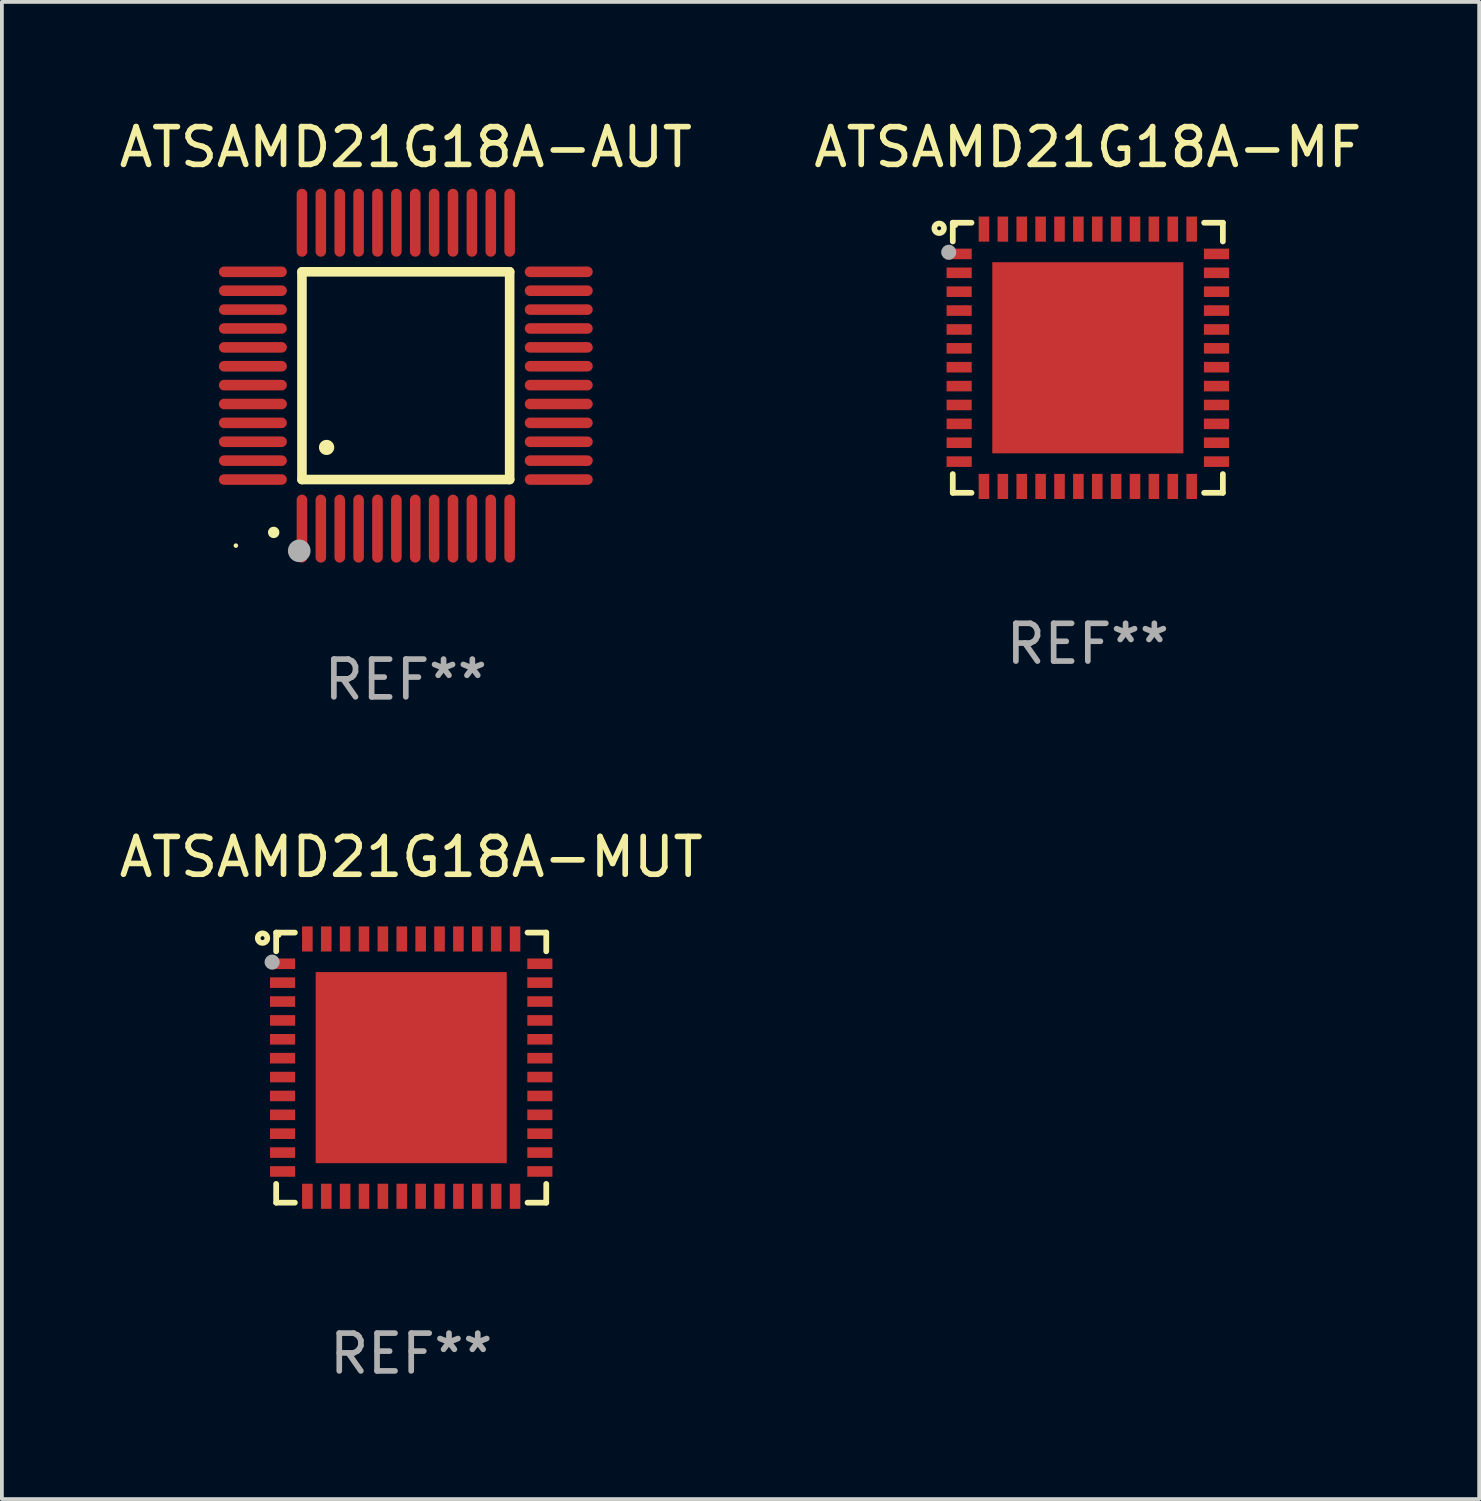
<source format=kicad_pcb>
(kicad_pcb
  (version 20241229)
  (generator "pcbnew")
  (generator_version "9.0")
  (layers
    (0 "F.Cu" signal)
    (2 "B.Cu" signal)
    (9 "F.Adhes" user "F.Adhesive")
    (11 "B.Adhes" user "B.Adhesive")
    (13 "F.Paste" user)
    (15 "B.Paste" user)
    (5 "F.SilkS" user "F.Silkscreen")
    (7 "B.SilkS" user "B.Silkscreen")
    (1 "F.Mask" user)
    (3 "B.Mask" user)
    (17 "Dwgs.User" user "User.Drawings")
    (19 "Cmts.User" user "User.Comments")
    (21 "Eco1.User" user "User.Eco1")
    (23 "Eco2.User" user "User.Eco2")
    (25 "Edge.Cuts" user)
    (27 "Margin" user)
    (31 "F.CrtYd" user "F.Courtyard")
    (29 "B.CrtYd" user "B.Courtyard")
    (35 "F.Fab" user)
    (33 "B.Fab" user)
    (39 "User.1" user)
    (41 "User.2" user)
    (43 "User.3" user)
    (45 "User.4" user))
  (footprint "ATSAMD21G18A-MF"
    (layer "F.Cu")
    (at 25.756 6.424)
    (property "Reference" "ATSAMD21G18A-MF" (at 0 -5.576 0) (layer "F.SilkS") (effects (font (size 1 1) (thickness 0.15))))
    (attr through_hole)
    (fp_line (start -3.576 -3.576) (end -3.576 -3.08) (stroke (width 0.152) (type solid)) (layer "F.SilkS"))
    (fp_line (start -3.576 3.576) (end -3.576 3.08) (stroke (width 0.152) (type solid)) (layer "F.SilkS"))
    (fp_line (start -3.08 -3.576) (end -3.576 -3.576) (stroke (width 0.152) (type solid)) (layer "F.SilkS"))
    (fp_line (start -3.08 3.576) (end -3.576 3.576) (stroke (width 0.152) (type solid)) (layer "F.SilkS"))
    (fp_line (start 3.08 -3.576) (end 3.576 -3.576) (stroke (width 0.152) (type solid)) (layer "F.SilkS"))
    (fp_line (start 3.08 3.576) (end 3.576 3.576) (stroke (width 0.152) (type solid)) (layer "F.SilkS"))
    (fp_line (start 3.576 -3.576) (end 3.576 -3.08) (stroke (width 0.152) (type solid)) (layer "F.SilkS"))
    (fp_line (start 3.576 3.576) (end 3.576 3.08) (stroke (width 0.152) (type solid)) (layer "F.SilkS"))
    (fp_circle (center -3.937 -3.429) (end -3.81 -3.429) (stroke (width 0.15) (type solid)) (fill no) (layer "F.SilkS"))
    (fp_circle (center -3.5 -3.5) (end -3.47 -3.5) (stroke (width 0.06) (type solid)) (fill no) (layer "F.SilkS"))
    (fp_circle (center -3.683 -2.794) (end -3.583 -2.794) (stroke (width 0.2) (type solid)) (fill no) (layer "F.Fab"))
    (fp_text user "REF**" (at 0 7.576 0) (layer "F.Fab") (effects (font (size 1 1) (thickness 0.15))))
    (pad "1" smd rect (at -3.407 -2.75) (size 0.665 0.28) (layers "F.Cu" "F.Mask" "F.Paste"))
    (pad "2" smd rect (at -3.407 -2.25) (size 0.665 0.28) (layers "F.Cu" "F.Mask" "F.Paste"))
    (pad "3" smd rect (at -3.407 -1.75) (size 0.665 0.28) (layers "F.Cu" "F.Mask" "F.Paste"))
    (pad "4" smd rect (at -3.407 -1.25) (size 0.665 0.28) (layers "F.Cu" "F.Mask" "F.Paste"))
    (pad "5" smd rect (at -3.407 -0.75) (size 0.665 0.28) (layers "F.Cu" "F.Mask" "F.Paste"))
    (pad "6" smd rect (at -3.407 -0.25) (size 0.665 0.28) (layers "F.Cu" "F.Mask" "F.Paste"))
    (pad "7" smd rect (at -3.407 0.25) (size 0.665 0.28) (layers "F.Cu" "F.Mask" "F.Paste"))
    (pad "8" smd rect (at -3.407 0.75) (size 0.665 0.28) (layers "F.Cu" "F.Mask" "F.Paste"))
    (pad "9" smd rect (at -3.407 1.25) (size 0.665 0.28) (layers "F.Cu" "F.Mask" "F.Paste"))
    (pad "10" smd rect (at -3.407 1.75) (size 0.665 0.28) (layers "F.Cu" "F.Mask" "F.Paste"))
    (pad "11" smd rect (at -3.407 2.25) (size 0.665 0.28) (layers "F.Cu" "F.Mask" "F.Paste"))
    (pad "12" smd rect (at -3.407 2.75) (size 0.665 0.28) (layers "F.Cu" "F.Mask" "F.Paste"))
    (pad "13" smd rect (at -2.75 3.407) (size 0.28 0.665) (layers "F.Cu" "F.Mask" "F.Paste"))
    (pad "14" smd rect (at -2.25 3.407) (size 0.28 0.665) (layers "F.Cu" "F.Mask" "F.Paste"))
    (pad "15" smd rect (at -1.75 3.407) (size 0.28 0.665) (layers "F.Cu" "F.Mask" "F.Paste"))
    (pad "16" smd rect (at -1.25 3.407) (size 0.28 0.665) (layers "F.Cu" "F.Mask" "F.Paste"))
    (pad "17" smd rect (at -0.75 3.407) (size 0.28 0.665) (layers "F.Cu" "F.Mask" "F.Paste"))
    (pad "18" smd rect (at -0.25 3.407) (size 0.28 0.665) (layers "F.Cu" "F.Mask" "F.Paste"))
    (pad "19" smd rect (at 0.25 3.407) (size 0.28 0.665) (layers "F.Cu" "F.Mask" "F.Paste"))
    (pad "20" smd rect (at 0.75 3.407) (size 0.28 0.665) (layers "F.Cu" "F.Mask" "F.Paste"))
    (pad "21" smd rect (at 1.25 3.407) (size 0.28 0.665) (layers "F.Cu" "F.Mask" "F.Paste"))
    (pad "22" smd rect (at 1.75 3.407) (size 0.28 0.665) (layers "F.Cu" "F.Mask" "F.Paste"))
    (pad "23" smd rect (at 2.25 3.407) (size 0.28 0.665) (layers "F.Cu" "F.Mask" "F.Paste"))
    (pad "24" smd rect (at 2.75 3.407) (size 0.28 0.665) (layers "F.Cu" "F.Mask" "F.Paste"))
    (pad "25" smd rect (at 3.407 2.75) (size 0.665 0.28) (layers "F.Cu" "F.Mask" "F.Paste"))
    (pad "26" smd rect (at 3.407 2.25) (size 0.665 0.28) (layers "F.Cu" "F.Mask" "F.Paste"))
    (pad "27" smd rect (at 3.407 1.75) (size 0.665 0.28) (layers "F.Cu" "F.Mask" "F.Paste"))
    (pad "28" smd rect (at 3.407 1.25) (size 0.665 0.28) (layers "F.Cu" "F.Mask" "F.Paste"))
    (pad "29" smd rect (at 3.407 0.75) (size 0.665 0.28) (layers "F.Cu" "F.Mask" "F.Paste"))
    (pad "30" smd rect (at 3.407 0.25) (size 0.665 0.28) (layers "F.Cu" "F.Mask" "F.Paste"))
    (pad "31" smd rect (at 3.407 -0.25) (size 0.665 0.28) (layers "F.Cu" "F.Mask" "F.Paste"))
    (pad "32" smd rect (at 3.407 -0.75) (size 0.665 0.28) (layers "F.Cu" "F.Mask" "F.Paste"))
    (pad "33" smd rect (at 3.407 -1.25) (size 0.665 0.28) (layers "F.Cu" "F.Mask" "F.Paste"))
    (pad "34" smd rect (at 3.407 -1.75) (size 0.665 0.28) (layers "F.Cu" "F.Mask" "F.Paste"))
    (pad "35" smd rect (at 3.407 -2.25) (size 0.665 0.28) (layers "F.Cu" "F.Mask" "F.Paste"))
    (pad "36" smd rect (at 3.407 -2.75) (size 0.665 0.28) (layers "F.Cu" "F.Mask" "F.Paste"))
    (pad "37" smd rect (at 2.75 -3.407) (size 0.28 0.665) (layers "F.Cu" "F.Mask" "F.Paste"))
    (pad "38" smd rect (at 2.25 -3.407) (size 0.28 0.665) (layers "F.Cu" "F.Mask" "F.Paste"))
    (pad "39" smd rect (at 1.75 -3.407) (size 0.28 0.665) (layers "F.Cu" "F.Mask" "F.Paste"))
    (pad "40" smd rect (at 1.25 -3.407) (size 0.28 0.665) (layers "F.Cu" "F.Mask" "F.Paste"))
    (pad "41" smd rect (at 0.75 -3.407) (size 0.28 0.665) (layers "F.Cu" "F.Mask" "F.Paste"))
    (pad "42" smd rect (at 0.25 -3.407) (size 0.28 0.665) (layers "F.Cu" "F.Mask" "F.Paste"))
    (pad "43" smd rect (at -0.25 -3.407) (size 0.28 0.665) (layers "F.Cu" "F.Mask" "F.Paste"))
    (pad "44" smd rect (at -0.75 -3.407) (size 0.28 0.665) (layers "F.Cu" "F.Mask" "F.Paste"))
    (pad "45" smd rect (at -1.25 -3.407) (size 0.28 0.665) (layers "F.Cu" "F.Mask" "F.Paste"))
    (pad "46" smd rect (at -1.75 -3.407) (size 0.28 0.665) (layers "F.Cu" "F.Mask" "F.Paste"))
    (pad "47" smd rect (at -2.25 -3.407) (size 0.28 0.665) (layers "F.Cu" "F.Mask" "F.Paste"))
    (pad "48" smd rect (at -2.75 -3.407) (size 0.28 0.665) (layers "F.Cu" "F.Mask" "F.Paste"))
    (pad "49" smd rect (at 0 0) (size 5.06 5.06) (layers "F.Cu" "F.Mask" "F.Paste")))
  (footprint "ATSAMD21G18A-AUT"
    (layer "F.Cu")
    (at 7.696 6.898)
    (property "Reference" "ATSAMD21G18A-AUT" (at 0 -6.05 0) (layer "F.SilkS") (effects (font (size 1 1) (thickness 0.15))))
    (attr through_hole)
    (fp_line (start -2.75 -2.75) (end 2.75 -2.75) (stroke (width 0.254) (type solid)) (layer "F.SilkS"))
    (fp_line (start -2.75 2.75) (end -2.75 -2.75) (stroke (width 0.254) (type solid)) (layer "F.SilkS"))
    (fp_line (start 2.75 -2.75) (end 2.75 2.75) (stroke (width 0.254) (type solid)) (layer "F.SilkS"))
    (fp_line (start 2.75 2.75) (end -2.75 2.75) (stroke (width 0.254) (type solid)) (layer "F.SilkS"))
    (fp_arc (start -3.500127 4.150368) (mid -3.498857 4.150363) (end -3.497587 4.150368) (stroke (width 0.3) (type solid)) (layer "F.SilkS"))
    (fp_arc (start -2.100584 1.899924) (mid -2.098044 1.899908) (end -2.095504 1.899924) (stroke (width 0.4) (type solid)) (layer "F.SilkS"))
    (fp_circle (center -4.5 4.5) (end -4.47 4.5) (stroke (width 0.06) (type solid)) (fill no) (layer "F.SilkS"))
    (fp_circle (center -2.822 4.638) (end -2.672 4.638) (stroke (width 0.3) (type solid)) (fill no) (layer "F.Fab"))
    (fp_text user "REF**" (at 0 8.05 0) (layer "F.Fab") (effects (font (size 1 1) (thickness 0.15))))
    (pad "1" smd oval (at -2.75 4.05) (size 0.28 1.8) (layers "F.Cu" "F.Mask" "F.Paste"))
    (pad "2" smd oval (at -2.25 4.05) (size 0.28 1.8) (layers "F.Cu" "F.Mask" "F.Paste"))
    (pad "3" smd oval (at -1.75 4.05) (size 0.28 1.8) (layers "F.Cu" "F.Mask" "F.Paste"))
    (pad "4" smd oval (at -1.25 4.05) (size 0.28 1.8) (layers "F.Cu" "F.Mask" "F.Paste"))
    (pad "5" smd oval (at -0.75 4.05) (size 0.28 1.8) (layers "F.Cu" "F.Mask" "F.Paste"))
    (pad "6" smd oval (at -0.25 4.05) (size 0.28 1.8) (layers "F.Cu" "F.Mask" "F.Paste"))
    (pad "7" smd oval (at 0.25 4.05) (size 0.28 1.8) (layers "F.Cu" "F.Mask" "F.Paste"))
    (pad "8" smd oval (at 0.75 4.05) (size 0.28 1.8) (layers "F.Cu" "F.Mask" "F.Paste"))
    (pad "9" smd oval (at 1.25 4.05) (size 0.28 1.8) (layers "F.Cu" "F.Mask" "F.Paste"))
    (pad "10" smd oval (at 1.75 4.05) (size 0.28 1.8) (layers "F.Cu" "F.Mask" "F.Paste"))
    (pad "11" smd oval (at 2.25 4.05) (size 0.28 1.8) (layers "F.Cu" "F.Mask" "F.Paste"))
    (pad "12" smd oval (at 2.75 4.05) (size 0.28 1.8) (layers "F.Cu" "F.Mask" "F.Paste"))
    (pad "13" smd oval (at 4.05 2.75) (size 1.8 0.28) (layers "F.Cu" "F.Mask" "F.Paste"))
    (pad "14" smd oval (at 4.05 2.25) (size 1.8 0.28) (layers "F.Cu" "F.Mask" "F.Paste"))
    (pad "15" smd oval (at 4.05 1.75) (size 1.8 0.28) (layers "F.Cu" "F.Mask" "F.Paste"))
    (pad "16" smd oval (at 4.05 1.25) (size 1.8 0.28) (layers "F.Cu" "F.Mask" "F.Paste"))
    (pad "17" smd oval (at 4.05 0.75) (size 1.8 0.28) (layers "F.Cu" "F.Mask" "F.Paste"))
    (pad "18" smd oval (at 4.05 0.25) (size 1.8 0.28) (layers "F.Cu" "F.Mask" "F.Paste"))
    (pad "19" smd oval (at 4.05 -0.25) (size 1.8 0.28) (layers "F.Cu" "F.Mask" "F.Paste"))
    (pad "20" smd oval (at 4.05 -0.75) (size 1.8 0.28) (layers "F.Cu" "F.Mask" "F.Paste"))
    (pad "21" smd oval (at 4.05 -1.25) (size 1.8 0.28) (layers "F.Cu" "F.Mask" "F.Paste"))
    (pad "22" smd oval (at 4.05 -1.75) (size 1.8 0.28) (layers "F.Cu" "F.Mask" "F.Paste"))
    (pad "23" smd oval (at 4.05 -2.25) (size 1.8 0.28) (layers "F.Cu" "F.Mask" "F.Paste"))
    (pad "24" smd oval (at 4.05 -2.75) (size 1.8 0.28) (layers "F.Cu" "F.Mask" "F.Paste"))
    (pad "25" smd oval (at 2.75 -4.05) (size 0.28 1.8) (layers "F.Cu" "F.Mask" "F.Paste"))
    (pad "26" smd oval (at 2.25 -4.05) (size 0.28 1.8) (layers "F.Cu" "F.Mask" "F.Paste"))
    (pad "27" smd oval (at 1.75 -4.05) (size 0.28 1.8) (layers "F.Cu" "F.Mask" "F.Paste"))
    (pad "28" smd oval (at 1.25 -4.05) (size 0.28 1.8) (layers "F.Cu" "F.Mask" "F.Paste"))
    (pad "29" smd oval (at 0.75 -4.05) (size 0.28 1.8) (layers "F.Cu" "F.Mask" "F.Paste"))
    (pad "30" smd oval (at 0.25 -4.05) (size 0.28 1.8) (layers "F.Cu" "F.Mask" "F.Paste"))
    (pad "31" smd oval (at -0.25 -4.05) (size 0.28 1.8) (layers "F.Cu" "F.Mask" "F.Paste"))
    (pad "32" smd oval (at -0.75 -4.05) (size 0.28 1.8) (layers "F.Cu" "F.Mask" "F.Paste"))
    (pad "33" smd oval (at -1.25 -4.05) (size 0.28 1.8) (layers "F.Cu" "F.Mask" "F.Paste"))
    (pad "34" smd oval (at -1.75 -4.05) (size 0.28 1.8) (layers "F.Cu" "F.Mask" "F.Paste"))
    (pad "35" smd oval (at -2.25 -4.05) (size 0.28 1.8) (layers "F.Cu" "F.Mask" "F.Paste"))
    (pad "36" smd oval (at -2.75 -4.05) (size 0.28 1.8) (layers "F.Cu" "F.Mask" "F.Paste"))
    (pad "37" smd oval (at -4.05 -2.75) (size 1.8 0.28) (layers "F.Cu" "F.Mask" "F.Paste"))
    (pad "38" smd oval (at -4.05 -2.25) (size 1.8 0.28) (layers "F.Cu" "F.Mask" "F.Paste"))
    (pad "39" smd oval (at -4.05 -1.75) (size 1.8 0.28) (layers "F.Cu" "F.Mask" "F.Paste"))
    (pad "40" smd oval (at -4.05 -1.25) (size 1.8 0.28) (layers "F.Cu" "F.Mask" "F.Paste"))
    (pad "41" smd oval (at -4.05 -0.75) (size 1.8 0.28) (layers "F.Cu" "F.Mask" "F.Paste"))
    (pad "42" smd oval (at -4.05 -0.25) (size 1.8 0.28) (layers "F.Cu" "F.Mask" "F.Paste"))
    (pad "43" smd oval (at -4.05 0.25) (size 1.8 0.28) (layers "F.Cu" "F.Mask" "F.Paste"))
    (pad "44" smd oval (at -4.05 0.75) (size 1.8 0.28) (layers "F.Cu" "F.Mask" "F.Paste"))
    (pad "45" smd oval (at -4.05 1.25) (size 1.8 0.28) (layers "F.Cu" "F.Mask" "F.Paste"))
    (pad "46" smd oval (at -4.05 1.75) (size 1.8 0.28) (layers "F.Cu" "F.Mask" "F.Paste"))
    (pad "47" smd oval (at -4.05 2.25) (size 1.8 0.28) (layers "F.Cu" "F.Mask" "F.Paste"))
    (pad "48" smd oval (at -4.05 2.75) (size 1.8 0.28) (layers "F.Cu" "F.Mask" "F.Paste")))
  (footprint "ATSAMD21G18A-MUT"
    (layer "F.Cu")
    (at 7.839 25.221)
    (property "Reference" "ATSAMD21G18A-MUT" (at 0 -5.576 0) (layer "F.SilkS") (effects (font (size 1 1) (thickness 0.15))))
    (attr through_hole)
    (fp_line (start -3.576 -3.576) (end -3.576 -3.08) (stroke (width 0.152) (type solid)) (layer "F.SilkS"))
    (fp_line (start -3.576 3.576) (end -3.576 3.08) (stroke (width 0.152) (type solid)) (layer "F.SilkS"))
    (fp_line (start -3.08 -3.576) (end -3.576 -3.576) (stroke (width 0.152) (type solid)) (layer "F.SilkS"))
    (fp_line (start -3.08 3.576) (end -3.576 3.576) (stroke (width 0.152) (type solid)) (layer "F.SilkS"))
    (fp_line (start 3.08 -3.576) (end 3.576 -3.576) (stroke (width 0.152) (type solid)) (layer "F.SilkS"))
    (fp_line (start 3.08 3.576) (end 3.576 3.576) (stroke (width 0.152) (type solid)) (layer "F.SilkS"))
    (fp_line (start 3.576 -3.576) (end 3.576 -3.08) (stroke (width 0.152) (type solid)) (layer "F.SilkS"))
    (fp_line (start 3.576 3.576) (end 3.576 3.08) (stroke (width 0.152) (type solid)) (layer "F.SilkS"))
    (fp_circle (center -3.937 -3.429) (end -3.81 -3.429) (stroke (width 0.15) (type solid)) (fill no) (layer "F.SilkS"))
    (fp_circle (center -3.5 -3.5) (end -3.47 -3.5) (stroke (width 0.06) (type solid)) (fill no) (layer "F.SilkS"))
    (fp_circle (center -3.683 -2.794) (end -3.583 -2.794) (stroke (width 0.2) (type solid)) (fill no) (layer "F.Fab"))
    (fp_text user "REF**" (at 0 7.576 0) (layer "F.Fab") (effects (font (size 1 1) (thickness 0.15))))
    (pad "1" smd rect (at -3.407 -2.75) (size 0.665 0.28) (layers "F.Cu" "F.Mask" "F.Paste"))
    (pad "2" smd rect (at -3.407 -2.25) (size 0.665 0.28) (layers "F.Cu" "F.Mask" "F.Paste"))
    (pad "3" smd rect (at -3.407 -1.75) (size 0.665 0.28) (layers "F.Cu" "F.Mask" "F.Paste"))
    (pad "4" smd rect (at -3.407 -1.25) (size 0.665 0.28) (layers "F.Cu" "F.Mask" "F.Paste"))
    (pad "5" smd rect (at -3.407 -0.75) (size 0.665 0.28) (layers "F.Cu" "F.Mask" "F.Paste"))
    (pad "6" smd rect (at -3.407 -0.25) (size 0.665 0.28) (layers "F.Cu" "F.Mask" "F.Paste"))
    (pad "7" smd rect (at -3.407 0.25) (size 0.665 0.28) (layers "F.Cu" "F.Mask" "F.Paste"))
    (pad "8" smd rect (at -3.407 0.75) (size 0.665 0.28) (layers "F.Cu" "F.Mask" "F.Paste"))
    (pad "9" smd rect (at -3.407 1.25) (size 0.665 0.28) (layers "F.Cu" "F.Mask" "F.Paste"))
    (pad "10" smd rect (at -3.407 1.75) (size 0.665 0.28) (layers "F.Cu" "F.Mask" "F.Paste"))
    (pad "11" smd rect (at -3.407 2.25) (size 0.665 0.28) (layers "F.Cu" "F.Mask" "F.Paste"))
    (pad "12" smd rect (at -3.407 2.75) (size 0.665 0.28) (layers "F.Cu" "F.Mask" "F.Paste"))
    (pad "13" smd rect (at -2.75 3.407) (size 0.28 0.665) (layers "F.Cu" "F.Mask" "F.Paste"))
    (pad "14" smd rect (at -2.25 3.407) (size 0.28 0.665) (layers "F.Cu" "F.Mask" "F.Paste"))
    (pad "15" smd rect (at -1.75 3.407) (size 0.28 0.665) (layers "F.Cu" "F.Mask" "F.Paste"))
    (pad "16" smd rect (at -1.25 3.407) (size 0.28 0.665) (layers "F.Cu" "F.Mask" "F.Paste"))
    (pad "17" smd rect (at -0.75 3.407) (size 0.28 0.665) (layers "F.Cu" "F.Mask" "F.Paste"))
    (pad "18" smd rect (at -0.25 3.407) (size 0.28 0.665) (layers "F.Cu" "F.Mask" "F.Paste"))
    (pad "19" smd rect (at 0.25 3.407) (size 0.28 0.665) (layers "F.Cu" "F.Mask" "F.Paste"))
    (pad "20" smd rect (at 0.75 3.407) (size 0.28 0.665) (layers "F.Cu" "F.Mask" "F.Paste"))
    (pad "21" smd rect (at 1.25 3.407) (size 0.28 0.665) (layers "F.Cu" "F.Mask" "F.Paste"))
    (pad "22" smd rect (at 1.75 3.407) (size 0.28 0.665) (layers "F.Cu" "F.Mask" "F.Paste"))
    (pad "23" smd rect (at 2.25 3.407) (size 0.28 0.665) (layers "F.Cu" "F.Mask" "F.Paste"))
    (pad "24" smd rect (at 2.75 3.407) (size 0.28 0.665) (layers "F.Cu" "F.Mask" "F.Paste"))
    (pad "25" smd rect (at 3.407 2.75) (size 0.665 0.28) (layers "F.Cu" "F.Mask" "F.Paste"))
    (pad "26" smd rect (at 3.407 2.25) (size 0.665 0.28) (layers "F.Cu" "F.Mask" "F.Paste"))
    (pad "27" smd rect (at 3.407 1.75) (size 0.665 0.28) (layers "F.Cu" "F.Mask" "F.Paste"))
    (pad "28" smd rect (at 3.407 1.25) (size 0.665 0.28) (layers "F.Cu" "F.Mask" "F.Paste"))
    (pad "29" smd rect (at 3.407 0.75) (size 0.665 0.28) (layers "F.Cu" "F.Mask" "F.Paste"))
    (pad "30" smd rect (at 3.407 0.25) (size 0.665 0.28) (layers "F.Cu" "F.Mask" "F.Paste"))
    (pad "31" smd rect (at 3.407 -0.25) (size 0.665 0.28) (layers "F.Cu" "F.Mask" "F.Paste"))
    (pad "32" smd rect (at 3.407 -0.75) (size 0.665 0.28) (layers "F.Cu" "F.Mask" "F.Paste"))
    (pad "33" smd rect (at 3.407 -1.25) (size 0.665 0.28) (layers "F.Cu" "F.Mask" "F.Paste"))
    (pad "34" smd rect (at 3.407 -1.75) (size 0.665 0.28) (layers "F.Cu" "F.Mask" "F.Paste"))
    (pad "35" smd rect (at 3.407 -2.25) (size 0.665 0.28) (layers "F.Cu" "F.Mask" "F.Paste"))
    (pad "36" smd rect (at 3.407 -2.75) (size 0.665 0.28) (layers "F.Cu" "F.Mask" "F.Paste"))
    (pad "37" smd rect (at 2.75 -3.407) (size 0.28 0.665) (layers "F.Cu" "F.Mask" "F.Paste"))
    (pad "38" smd rect (at 2.25 -3.407) (size 0.28 0.665) (layers "F.Cu" "F.Mask" "F.Paste"))
    (pad "39" smd rect (at 1.75 -3.407) (size 0.28 0.665) (layers "F.Cu" "F.Mask" "F.Paste"))
    (pad "40" smd rect (at 1.25 -3.407) (size 0.28 0.665) (layers "F.Cu" "F.Mask" "F.Paste"))
    (pad "41" smd rect (at 0.75 -3.407) (size 0.28 0.665) (layers "F.Cu" "F.Mask" "F.Paste"))
    (pad "42" smd rect (at 0.25 -3.407) (size 0.28 0.665) (layers "F.Cu" "F.Mask" "F.Paste"))
    (pad "43" smd rect (at -0.25 -3.407) (size 0.28 0.665) (layers "F.Cu" "F.Mask" "F.Paste"))
    (pad "44" smd rect (at -0.75 -3.407) (size 0.28 0.665) (layers "F.Cu" "F.Mask" "F.Paste"))
    (pad "45" smd rect (at -1.25 -3.407) (size 0.28 0.665) (layers "F.Cu" "F.Mask" "F.Paste"))
    (pad "46" smd rect (at -1.75 -3.407) (size 0.28 0.665) (layers "F.Cu" "F.Mask" "F.Paste"))
    (pad "47" smd rect (at -2.25 -3.407) (size 0.28 0.665) (layers "F.Cu" "F.Mask" "F.Paste"))
    (pad "48" smd rect (at -2.75 -3.407) (size 0.28 0.665) (layers "F.Cu" "F.Mask" "F.Paste"))
    (pad "49" smd rect (at 0 0) (size 5.06 5.06) (layers "F.Cu" "F.Mask" "F.Paste")))
  (gr_rect
    (start -3 -3)
    (end 36.119 36.646)
    (stroke (width 0.1) (type default))
    (fill no)
    (layer "Edge.Cuts")))
</source>
